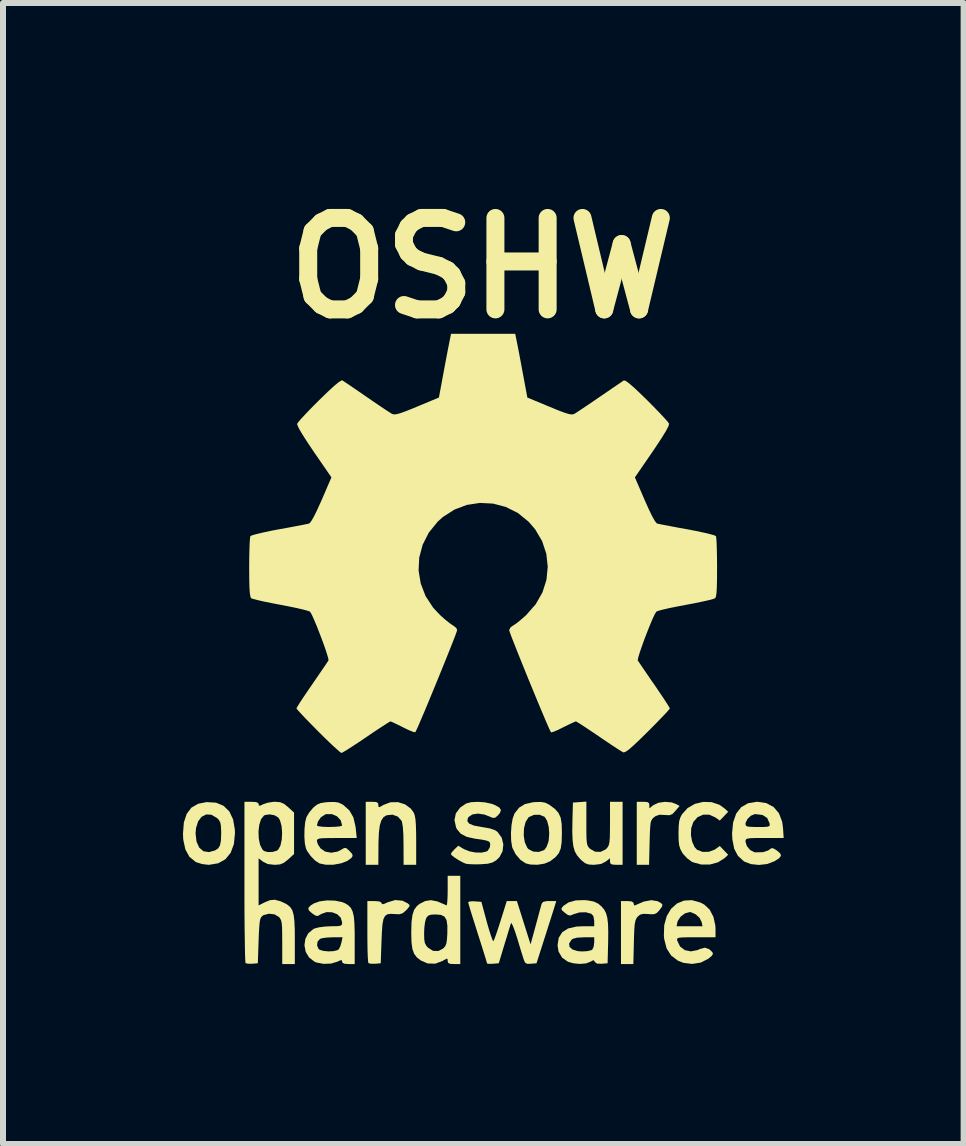
<source format=kicad_pcb>
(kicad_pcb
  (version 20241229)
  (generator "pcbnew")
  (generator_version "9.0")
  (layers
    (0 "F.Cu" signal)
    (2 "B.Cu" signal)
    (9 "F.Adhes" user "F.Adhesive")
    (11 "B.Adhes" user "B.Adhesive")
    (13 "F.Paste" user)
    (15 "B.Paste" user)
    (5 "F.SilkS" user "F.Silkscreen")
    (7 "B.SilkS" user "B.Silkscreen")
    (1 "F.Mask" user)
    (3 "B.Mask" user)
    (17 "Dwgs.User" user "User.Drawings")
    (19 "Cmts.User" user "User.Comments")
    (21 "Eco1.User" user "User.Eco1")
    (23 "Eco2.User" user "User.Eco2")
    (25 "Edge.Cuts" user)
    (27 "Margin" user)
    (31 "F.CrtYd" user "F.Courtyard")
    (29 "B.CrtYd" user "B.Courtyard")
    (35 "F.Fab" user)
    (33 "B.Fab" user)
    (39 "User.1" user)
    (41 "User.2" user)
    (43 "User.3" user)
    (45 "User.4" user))
  (footprint "OSHW"
    (layer "F.Cu")
    (at 4.991 7.768)
    (property "Reference" "OSHW" (at 0 -6.35 0) (layer "F.SilkS") (effects (font (size 1.524 1.524) (thickness 0.3))))
    (attr board_only exclude_from_pos_files exclude_from_bom)
    (fp_poly (pts (xy 2.748 2.552) (xy 2.778 2.57) (xy 2.784 2.602) (xy 2.784 2.657) (xy 2.853 2.602) (xy 2.937 2.564) (xy 3.045 2.549) (xy 3.154 2.558) (xy 3.226 2.584) (xy 3.288 2.618) (xy 3.218 2.7) (xy 3.168 2.753) (xy 3.12 2.772) (xy 3.05 2.769) (xy 3.038 2.768) (xy 2.953 2.764) (xy 2.89 2.786) (xy 2.863 2.805) (xy 2.837 2.829) (xy 2.819 2.856) (xy 2.806 2.895) (xy 2.799 2.958) (xy 2.793 3.051) (xy 2.789 3.186) (xy 2.788 3.228) (xy 2.779 3.599) (xy 2.574 3.599) (xy 2.574 2.548) (xy 2.679 2.548)) (stroke (width 0) (type solid)) (fill yes) (layer "F.SilkS"))
    (fp_poly (pts (xy 2.923 4.206) (xy 2.98 4.238) (xy 3.002 4.263) (xy 2.995 4.295) (xy 2.956 4.349) (xy 2.956 4.35) (xy 2.911 4.399) (xy 2.868 4.421) (xy 2.804 4.423) (xy 2.766 4.419) (xy 2.682 4.416) (xy 2.629 4.43) (xy 2.587 4.465) (xy 2.566 4.495) (xy 2.551 4.533) (xy 2.54 4.591) (xy 2.533 4.678) (xy 2.528 4.802) (xy 2.526 4.888) (xy 2.517 5.253) (xy 2.311 5.253) (xy 2.311 4.203) (xy 2.417 4.203) (xy 2.488 4.209) (xy 2.519 4.229) (xy 2.522 4.244) (xy 2.531 4.275) (xy 2.541 4.276) (xy 2.693 4.211) (xy 2.819 4.188)) (stroke (width 0) (type solid)) (fill yes) (layer "F.SilkS"))
    (fp_poly (pts (xy -1.332 4.197) (xy -1.246 4.24) (xy -1.216 4.266) (xy -1.215 4.291) (xy -1.247 4.331) (xy -1.269 4.355) (xy -1.326 4.405) (xy -1.381 4.423) (xy -1.453 4.42) (xy -1.529 4.416) (xy -1.585 4.424) (xy -1.624 4.453) (xy -1.65 4.508) (xy -1.666 4.597) (xy -1.675 4.726) (xy -1.681 4.864) (xy -1.694 5.24) (xy -1.787 5.248) (xy -1.854 5.248) (xy -1.896 5.239) (xy -1.899 5.237) (xy -1.905 5.206) (xy -1.91 5.131) (xy -1.914 5.02) (xy -1.916 4.882) (xy -1.917 4.725) (xy -1.917 4.711) (xy -1.917 4.203) (xy -1.799 4.203) (xy -1.719 4.209) (xy -1.684 4.228) (xy -1.681 4.239) (xy -1.67 4.256) (xy -1.632 4.248) (xy -1.576 4.223) (xy -1.452 4.186)) (stroke (width 0) (type solid)) (fill yes) (layer "F.SilkS"))
    (fp_poly (pts (xy -1.77 2.552) (xy -1.739 2.57) (xy -1.734 2.6) (xy -1.731 2.633) (xy -1.716 2.638) (xy -1.673 2.615) (xy -1.648 2.6) (xy -1.531 2.556) (xy -1.406 2.554) (xy -1.288 2.591) (xy -1.191 2.663) (xy -1.144 2.729) (xy -1.127 2.775) (xy -1.115 2.842) (xy -1.108 2.938) (xy -1.104 3.072) (xy -1.103 3.203) (xy -1.103 3.599) (xy -1.313 3.599) (xy -1.314 3.264) (xy -1.317 3.092) (xy -1.326 2.964) (xy -1.34 2.882) (xy -1.347 2.864) (xy -1.408 2.796) (xy -1.496 2.763) (xy -1.592 2.772) (xy -1.596 2.773) (xy -1.647 2.804) (xy -1.684 2.859) (xy -1.71 2.944) (xy -1.725 3.067) (xy -1.732 3.234) (xy -1.732 3.29) (xy -1.734 3.599) (xy -1.944 3.599) (xy -1.944 2.548) (xy -1.839 2.548)) (stroke (width 0) (type solid)) (fill yes) (layer "F.SilkS"))
    (fp_poly (pts (xy 3.82 2.554) (xy 3.952 2.598) (xy 4.039 2.66) (xy 4.098 2.715) (xy 4.028 2.788) (xy 3.958 2.861) (xy 3.886 2.81) (xy 3.782 2.763) (xy 3.679 2.763) (xy 3.587 2.805) (xy 3.517 2.885) (xy 3.482 2.987) (xy 3.477 3.101) (xy 3.497 3.212) (xy 3.538 3.303) (xy 3.579 3.348) (xy 3.67 3.383) (xy 3.775 3.382) (xy 3.874 3.345) (xy 3.886 3.337) (xy 3.958 3.285) (xy 4.028 3.358) (xy 4.098 3.431) (xy 4.039 3.487) (xy 3.928 3.557) (xy 3.793 3.594) (xy 3.649 3.594) (xy 3.513 3.557) (xy 3.489 3.546) (xy 3.413 3.489) (xy 3.343 3.413) (xy 3.332 3.396) (xy 3.3 3.336) (xy 3.281 3.273) (xy 3.272 3.19) (xy 3.27 3.073) (xy 3.273 2.953) (xy 3.282 2.869) (xy 3.302 2.806) (xy 3.328 2.757) (xy 3.421 2.653) (xy 3.543 2.583) (xy 3.68 2.55)) (stroke (width 0) (type solid)) (fill yes) (layer "F.SilkS"))
    (fp_poly (pts (xy 1.734 2.91) (xy 1.734 3.055) (xy 1.736 3.158) (xy 1.742 3.227) (xy 1.752 3.272) (xy 1.768 3.303) (xy 1.791 3.328) (xy 1.794 3.331) (xy 1.879 3.38) (xy 1.971 3.383) (xy 2.055 3.342) (xy 2.07 3.328) (xy 2.094 3.299) (xy 2.109 3.266) (xy 2.119 3.217) (xy 2.125 3.144) (xy 2.127 3.037) (xy 2.128 2.907) (xy 2.128 2.548) (xy 2.338 2.548) (xy 2.338 3.599) (xy 2.233 3.599) (xy 2.164 3.594) (xy 2.134 3.577) (xy 2.128 3.544) (xy 2.128 3.49) (xy 2.058 3.544) (xy 1.978 3.585) (xy 1.868 3.598) (xy 1.858 3.599) (xy 1.775 3.594) (xy 1.715 3.573) (xy 1.655 3.526) (xy 1.628 3.499) (xy 1.578 3.44) (xy 1.541 3.374) (xy 1.517 3.291) (xy 1.504 3.184) (xy 1.499 3.042) (xy 1.502 2.858) (xy 1.502 2.837) (xy 1.51 2.561) (xy 1.622 2.553) (xy 1.734 2.545)) (stroke (width 0) (type solid)) (fill yes) (layer "F.SilkS"))
    (fp_poly (pts (xy -4.44 2.563) (xy -4.314 2.615) (xy -4.218 2.709) (xy -4.155 2.842) (xy -4.126 3.013) (xy -4.124 3.073) (xy -4.142 3.254) (xy -4.196 3.399) (xy -4.283 3.506) (xy -4.402 3.573) (xy -4.551 3.598) (xy -4.563 3.599) (xy -4.672 3.586) (xy -4.77 3.555) (xy -4.78 3.55) (xy -4.883 3.466) (xy -4.951 3.342) (xy -4.986 3.179) (xy -4.991 3.077) (xy -4.99 3.073) (xy -4.781 3.073) (xy -4.765 3.212) (xy -4.72 3.312) (xy -4.65 3.372) (xy -4.557 3.387) (xy -4.454 3.358) (xy -4.405 3.326) (xy -4.374 3.276) (xy -4.358 3.197) (xy -4.354 3.08) (xy -4.354 3.047) (xy -4.358 2.95) (xy -4.37 2.889) (xy -4.395 2.847) (xy -4.426 2.817) (xy -4.517 2.764) (xy -4.603 2.759) (xy -4.68 2.798) (xy -4.738 2.874) (xy -4.773 2.985) (xy -4.781 3.073) (xy -4.99 3.073) (xy -4.976 2.893) (xy -4.929 2.75) (xy -4.851 2.646) (xy -4.738 2.581) (xy -4.596 2.553)) (stroke (width 0) (type solid)) (fill yes) (layer "F.SilkS"))
    (fp_poly (pts (xy 3.634 4.227) (xy 3.7 4.262) (xy 3.789 4.345) (xy 3.852 4.466) (xy 3.884 4.611) (xy 3.887 4.669) (xy 3.887 4.807) (xy 3.562 4.807) (xy 3.426 4.807) (xy 3.335 4.809) (xy 3.28 4.814) (xy 3.253 4.824) (xy 3.246 4.84) (xy 3.249 4.864) (xy 3.25 4.866) (xy 3.296 4.961) (xy 3.375 5.021) (xy 3.475 5.042) (xy 3.588 5.02) (xy 3.626 5.003) (xy 3.71 4.98) (xy 3.783 5.006) (xy 3.832 5.053) (xy 3.845 5.082) (xy 3.825 5.116) (xy 3.768 5.164) (xy 3.768 5.164) (xy 3.643 5.228) (xy 3.499 5.251) (xy 3.352 5.233) (xy 3.259 5.196) (xy 3.147 5.111) (xy 3.071 4.991) (xy 3.031 4.833) (xy 3.026 4.782) (xy 3.031 4.623) (xy 3.238 4.623) (xy 3.67 4.623) (xy 3.657 4.557) (xy 3.621 4.483) (xy 3.553 4.422) (xy 3.475 4.388) (xy 3.454 4.387) (xy 3.376 4.409) (xy 3.304 4.464) (xy 3.257 4.536) (xy 3.251 4.557) (xy 3.238 4.623) (xy 3.031 4.623) (xy 3.032 4.604) (xy 3.074 4.453) (xy 3.146 4.332) (xy 3.244 4.244) (xy 3.361 4.195) (xy 3.493 4.188)) (stroke (width 0) (type solid)) (fill yes) (layer "F.SilkS"))
    (fp_poly (pts (xy 1.048 2.563) (xy 1.109 2.593) (xy 1.127 2.605) (xy 1.213 2.67) (xy 1.27 2.735) (xy 1.305 2.812) (xy 1.322 2.915) (xy 1.326 3.056) (xy 1.326 3.073) (xy 1.322 3.219) (xy 1.307 3.325) (xy 1.275 3.405) (xy 1.22 3.47) (xy 1.138 3.534) (xy 1.13 3.539) (xy 1.037 3.579) (xy 0.919 3.598) (xy 0.8 3.594) (xy 0.722 3.574) (xy 0.634 3.515) (xy 0.555 3.423) (xy 0.502 3.318) (xy 0.496 3.3) (xy 0.48 3.195) (xy 0.478 3.112) (xy 0.69 3.112) (xy 0.708 3.225) (xy 0.749 3.314) (xy 0.769 3.337) (xy 0.847 3.378) (xy 0.941 3.384) (xy 1.026 3.355) (xy 1.034 3.35) (xy 1.069 3.302) (xy 1.098 3.226) (xy 1.106 3.193) (xy 1.115 3.079) (xy 1.106 2.965) (xy 1.08 2.867) (xy 1.041 2.803) (xy 1.034 2.797) (xy 0.952 2.764) (xy 0.858 2.766) (xy 0.777 2.803) (xy 0.769 2.809) (xy 0.72 2.886) (xy 0.694 2.993) (xy 0.69 3.112) (xy 0.478 3.112) (xy 0.477 3.068) (xy 0.486 2.939) (xy 0.506 2.825) (xy 0.536 2.744) (xy 0.536 2.743) (xy 0.614 2.645) (xy 0.713 2.585) (xy 0.844 2.556) (xy 0.879 2.553) (xy 0.979 2.551)) (stroke (width 0) (type solid)) (fill yes) (layer "F.SilkS"))
    (fp_poly (pts (xy -0.368 5.253) (xy -0.473 5.253) (xy -0.542 5.249) (xy -0.572 5.231) (xy -0.578 5.201) (xy -0.58 5.169) (xy -0.596 5.164) (xy -0.638 5.186) (xy -0.663 5.201) (xy -0.785 5.247) (xy -0.912 5.243) (xy -1.027 5.193) (xy -1.093 5.141) (xy -1.138 5.081) (xy -1.166 5.002) (xy -1.181 4.895) (xy -1.185 4.747) (xy -1.185 4.736) (xy -0.971 4.736) (xy -0.969 4.836) (xy -0.959 4.901) (xy -0.935 4.947) (xy -0.907 4.979) (xy -0.823 5.033) (xy -0.734 5.036) (xy -0.654 4.994) (xy -0.621 4.96) (xy -0.601 4.914) (xy -0.59 4.843) (xy -0.584 4.751) (xy -0.583 4.613) (xy -0.597 4.52) (xy -0.631 4.463) (xy -0.689 4.434) (xy -0.775 4.426) (xy -0.856 4.43) (xy -0.903 4.446) (xy -0.932 4.481) (xy -0.938 4.492) (xy -0.955 4.552) (xy -0.967 4.643) (xy -0.971 4.736) (xy -1.185 4.736) (xy -1.185 4.715) (xy -1.181 4.554) (xy -1.165 4.435) (xy -1.137 4.349) (xy -1.092 4.287) (xy -1.045 4.249) (xy -0.951 4.202) (xy -0.857 4.188) (xy -0.75 4.209) (xy -0.619 4.265) (xy -0.598 4.276) (xy -0.589 4.256) (xy -0.583 4.194) (xy -0.579 4.102) (xy -0.578 4.034) (xy -0.578 3.782) (xy -0.368 3.782)) (stroke (width 0) (type solid)) (fill yes) (layer "F.SilkS"))
    (fp_poly (pts (xy 4.734 2.57) (xy 4.855 2.635) (xy 4.944 2.739) (xy 4.998 2.88) (xy 5.012 2.982) (xy 5.023 3.152) (xy 4.705 3.152) (xy 4.571 3.152) (xy 4.482 3.154) (xy 4.427 3.16) (xy 4.399 3.171) (xy 4.388 3.188) (xy 4.387 3.213) (xy 4.409 3.286) (xy 4.463 3.351) (xy 4.532 3.388) (xy 4.552 3.391) (xy 4.677 3.388) (xy 4.762 3.361) (xy 4.786 3.344) (xy 4.82 3.321) (xy 4.855 3.326) (xy 4.912 3.362) (xy 4.912 3.362) (xy 4.967 3.41) (xy 4.978 3.45) (xy 4.944 3.492) (xy 4.87 3.539) (xy 4.749 3.585) (xy 4.612 3.601) (xy 4.477 3.587) (xy 4.365 3.544) (xy 4.358 3.539) (xy 4.261 3.45) (xy 4.198 3.33) (xy 4.168 3.175) (xy 4.163 3.073) (xy 4.178 2.916) (xy 4.387 2.916) (xy 4.391 2.942) (xy 4.411 2.958) (xy 4.459 2.965) (xy 4.543 2.968) (xy 4.593 2.968) (xy 4.696 2.968) (xy 4.757 2.963) (xy 4.785 2.952) (xy 4.791 2.931) (xy 4.787 2.904) (xy 4.748 2.818) (xy 4.671 2.768) (xy 4.556 2.754) (xy 4.538 2.755) (xy 4.475 2.781) (xy 4.419 2.836) (xy 4.388 2.901) (xy 4.387 2.916) (xy 4.178 2.916) (xy 4.181 2.89) (xy 4.232 2.744) (xy 4.316 2.637) (xy 4.431 2.572) (xy 4.576 2.548) (xy 4.584 2.548)) (stroke (width 0) (type solid)) (fill yes) (layer "F.SilkS"))
    (fp_poly (pts (xy 0.045 2.558) (xy 0.158 2.583) (xy 0.204 2.6) (xy 0.281 2.642) (xy 0.31 2.684) (xy 0.294 2.733) (xy 0.259 2.775) (xy 0.211 2.815) (xy 0.169 2.815) (xy 0.15 2.807) (xy 0.036 2.761) (xy -0.074 2.745) (xy -0.166 2.759) (xy -0.23 2.802) (xy -0.24 2.817) (xy -0.251 2.87) (xy -0.22 2.912) (xy -0.143 2.944) (xy -0.017 2.968) (xy 0.001 2.97) (xy 0.126 2.992) (xy 0.21 3.021) (xy 0.254 3.051) (xy 0.323 3.148) (xy 0.35 3.259) (xy 0.337 3.373) (xy 0.284 3.473) (xy 0.229 3.525) (xy 0.166 3.561) (xy 0.089 3.581) (xy -0.019 3.589) (xy -0.039 3.59) (xy -0.14 3.591) (xy -0.224 3.587) (xy -0.274 3.581) (xy -0.33 3.557) (xy -0.399 3.519) (xy -0.465 3.476) (xy -0.512 3.438) (xy -0.525 3.419) (xy -0.508 3.388) (xy -0.466 3.342) (xy -0.463 3.339) (xy -0.401 3.281) (xy -0.305 3.338) (xy -0.215 3.374) (xy -0.111 3.394) (xy -0.01 3.395) (xy 0.069 3.377) (xy 0.09 3.364) (xy 0.123 3.311) (xy 0.131 3.268) (xy 0.128 3.234) (xy 0.111 3.211) (xy 0.071 3.195) (xy -0.002 3.18) (xy -0.117 3.164) (xy -0.118 3.164) (xy -0.26 3.133) (xy -0.36 3.081) (xy -0.425 3.003) (xy -0.438 2.975) (xy -0.465 2.853) (xy -0.442 2.741) (xy -0.37 2.645) (xy -0.271 2.577) (xy -0.189 2.555) (xy -0.077 2.549)) (stroke (width 0) (type solid)) (fill yes) (layer "F.SilkS"))
    (fp_poly (pts (xy 1.755 4.192) (xy 1.858 4.211) (xy 1.931 4.246) (xy 1.987 4.293) (xy 2.031 4.345) (xy 2.062 4.405) (xy 2.083 4.482) (xy 2.095 4.584) (xy 2.099 4.721) (xy 2.097 4.9) (xy 2.096 4.925) (xy 2.088 5.24) (xy 1.99 5.248) (xy 1.914 5.246) (xy 1.878 5.222) (xy 1.875 5.216) (xy 1.858 5.19) (xy 1.829 5.198) (xy 1.804 5.214) (xy 1.73 5.242) (xy 1.628 5.251) (xy 1.519 5.241) (xy 1.427 5.215) (xy 1.329 5.146) (xy 1.27 5.045) (xy 1.254 4.942) (xy 1.258 4.912) (xy 1.446 4.912) (xy 1.454 4.968) (xy 1.505 5.012) (xy 1.593 5.038) (xy 1.665 5.043) (xy 1.749 5.038) (xy 1.813 5.023) (xy 1.833 5.012) (xy 1.855 4.965) (xy 1.865 4.895) (xy 1.865 4.894) (xy 1.865 4.807) (xy 1.696 4.807) (xy 1.581 4.813) (xy 1.51 4.832) (xy 1.486 4.848) (xy 1.446 4.912) (xy 1.258 4.912) (xy 1.273 4.816) (xy 1.331 4.723) (xy 1.429 4.66) (xy 1.569 4.628) (xy 1.675 4.623) (xy 1.865 4.623) (xy 1.865 4.532) (xy 1.851 4.453) (xy 1.814 4.414) (xy 1.726 4.39) (xy 1.621 4.392) (xy 1.525 4.421) (xy 1.52 4.423) (xy 1.469 4.444) (xy 1.427 4.436) (xy 1.376 4.399) (xy 1.328 4.358) (xy 1.317 4.33) (xy 1.339 4.297) (xy 1.35 4.284) (xy 1.436 4.226) (xy 1.557 4.192) (xy 1.703 4.187)) (stroke (width 0) (type solid)) (fill yes) (layer "F.SilkS"))
    (fp_poly (pts (xy 1.194 4.327) (xy 1.172 4.397) (xy 1.138 4.504) (xy 1.096 4.636) (xy 1.05 4.781) (xy 1.029 4.846) (xy 0.903 5.24) (xy 0.808 5.248) (xy 0.744 5.249) (xy 0.71 5.226) (xy 0.687 5.169) (xy 0.668 5.108) (xy 0.638 5.012) (xy 0.603 4.895) (xy 0.576 4.807) (xy 0.541 4.7) (xy 0.511 4.62) (xy 0.488 4.575) (xy 0.478 4.57) (xy 0.465 4.61) (xy 0.441 4.688) (xy 0.409 4.795) (xy 0.371 4.918) (xy 0.369 4.925) (xy 0.274 5.24) (xy 0.177 5.248) (xy 0.114 5.25) (xy 0.08 5.245) (xy 0.079 5.243) (xy 0.071 5.215) (xy 0.05 5.145) (xy 0.017 5.04) (xy -0.024 4.909) (xy -0.072 4.759) (xy -0.079 4.737) (xy -0.127 4.584) (xy -0.17 4.449) (xy -0.204 4.338) (xy -0.227 4.26) (xy -0.236 4.223) (xy -0.236 4.222) (xy -0.213 4.21) (xy -0.155 4.206) (xy -0.126 4.208) (xy -0.016 4.216) (xy 0.074 4.55) (xy 0.109 4.672) (xy 0.141 4.773) (xy 0.166 4.843) (xy 0.181 4.873) (xy 0.183 4.873) (xy 0.197 4.845) (xy 0.223 4.777) (xy 0.257 4.677) (xy 0.296 4.557) (xy 0.304 4.532) (xy 0.407 4.203) (xy 0.492 4.203) (xy 0.576 4.203) (xy 0.804 4.925) (xy 0.89 4.61) (xy 0.924 4.485) (xy 0.953 4.375) (xy 0.976 4.293) (xy 0.988 4.249) (xy 0.988 4.249) (xy 1.012 4.218) (xy 1.068 4.204) (xy 1.117 4.203) (xy 1.232 4.203)) (stroke (width 0) (type solid)) (fill yes) (layer "F.SilkS"))
    (fp_poly (pts (xy -2.456 4.196) (xy -2.339 4.22) (xy -2.291 4.239) (xy -2.234 4.274) (xy -2.192 4.317) (xy -2.163 4.376) (xy -2.143 4.458) (xy -2.133 4.572) (xy -2.128 4.726) (xy -2.128 4.845) (xy -2.128 5.253) (xy -2.233 5.253) (xy -2.305 5.247) (xy -2.336 5.226) (xy -2.338 5.213) (xy -2.343 5.189) (xy -2.368 5.191) (xy -2.415 5.213) (xy -2.522 5.245) (xy -2.647 5.25) (xy -2.765 5.227) (xy -2.799 5.213) (xy -2.889 5.143) (xy -2.945 5.049) (xy -2.965 4.944) (xy -2.755 4.944) (xy -2.73 5.001) (xy -2.712 5.015) (xy -2.65 5.034) (xy -2.567 5.042) (xy -2.482 5.038) (xy -2.416 5.022) (xy -2.394 5.008) (xy -2.368 4.958) (xy -2.348 4.89) (xy -2.331 4.807) (xy -2.494 4.807) (xy -2.589 4.811) (xy -2.669 4.822) (xy -2.707 4.834) (xy -2.748 4.881) (xy -2.755 4.944) (xy -2.965 4.944) (xy -2.966 4.942) (xy -2.951 4.835) (xy -2.903 4.741) (xy -2.819 4.671) (xy -2.797 4.66) (xy -2.724 4.641) (xy -2.621 4.628) (xy -2.522 4.623) (xy -2.426 4.622) (xy -2.371 4.616) (xy -2.345 4.602) (xy -2.338 4.575) (xy -2.338 4.557) (xy -2.361 4.48) (xy -2.42 4.422) (xy -2.504 4.39) (xy -2.597 4.387) (xy -2.687 4.419) (xy -2.699 4.427) (xy -2.741 4.451) (xy -2.779 4.447) (xy -2.832 4.412) (xy -2.837 4.409) (xy -2.891 4.36) (xy -2.902 4.32) (xy -2.866 4.279) (xy -2.808 4.242) (xy -2.712 4.208) (xy -2.588 4.192)) (stroke (width 0) (type solid)) (fill yes) (layer "F.SilkS"))
    (fp_poly (pts (xy -2.398 2.561) (xy -2.338 2.589) (xy -2.313 2.605) (xy -2.215 2.694) (xy -2.15 2.808) (xy -2.115 2.958) (xy -2.111 2.99) (xy -2.094 3.152) (xy -2.426 3.152) (xy -2.563 3.153) (xy -2.656 3.155) (xy -2.714 3.16) (xy -2.744 3.171) (xy -2.756 3.186) (xy -2.758 3.203) (xy -2.742 3.257) (xy -2.701 3.32) (xy -2.697 3.325) (xy -2.619 3.379) (xy -2.518 3.397) (xy -2.412 3.378) (xy -2.354 3.348) (xy -2.304 3.319) (xy -2.27 3.32) (xy -2.229 3.354) (xy -2.213 3.37) (xy -2.17 3.418) (xy -2.163 3.451) (xy -2.182 3.483) (xy -2.254 3.536) (xy -2.36 3.575) (xy -2.483 3.597) (xy -2.606 3.598) (xy -2.711 3.577) (xy -2.719 3.573) (xy -2.79 3.526) (xy -2.864 3.45) (xy -2.923 3.365) (xy -2.94 3.328) (xy -2.959 3.243) (xy -2.967 3.129) (xy -2.965 3.004) (xy -2.959 2.943) (xy -2.758 2.943) (xy -2.734 2.955) (xy -2.67 2.964) (xy -2.577 2.968) (xy -2.548 2.968) (xy -2.45 2.965) (xy -2.377 2.958) (xy -2.34 2.947) (xy -2.338 2.943) (xy -2.361 2.857) (xy -2.422 2.791) (xy -2.507 2.754) (xy -2.602 2.754) (xy -2.623 2.761) (xy -2.691 2.806) (xy -2.741 2.878) (xy -2.758 2.943) (xy -2.959 2.943) (xy -2.954 2.889) (xy -2.933 2.806) (xy -2.932 2.803) (xy -2.888 2.729) (xy -2.826 2.654) (xy -2.813 2.641) (xy -2.756 2.595) (xy -2.694 2.569) (xy -2.608 2.556) (xy -2.567 2.553) (xy -2.467 2.551)) (stroke (width 0) (type solid)) (fill yes) (layer "F.SilkS"))
    (fp_poly (pts (xy -3.771 2.553) (xy -3.735 2.57) (xy -3.73 2.588) (xy -3.725 2.612) (xy -3.7 2.611) (xy -3.652 2.588) (xy -3.576 2.563) (xy -3.482 2.549) (xy -3.455 2.548) (xy -3.371 2.555) (xy -3.305 2.583) (xy -3.237 2.638) (xy -3.139 2.728) (xy -3.139 3.419) (xy -3.237 3.509) (xy -3.308 3.565) (xy -3.373 3.592) (xy -3.459 3.599) (xy -3.463 3.599) (xy -3.578 3.586) (xy -3.661 3.544) (xy -3.73 3.49) (xy -3.73 4.276) (xy -3.632 4.226) (xy -3.54 4.188) (xy -3.46 4.181) (xy -3.37 4.205) (xy -3.318 4.227) (xy -3.252 4.262) (xy -3.203 4.303) (xy -3.168 4.357) (xy -3.146 4.433) (xy -3.133 4.539) (xy -3.127 4.682) (xy -3.126 4.845) (xy -3.126 5.253) (xy -3.336 5.253) (xy -3.336 4.891) (xy -3.337 4.744) (xy -3.339 4.64) (xy -3.345 4.569) (xy -3.356 4.523) (xy -3.373 4.491) (xy -3.389 4.47) (xy -3.464 4.425) (xy -3.557 4.414) (xy -3.646 4.437) (xy -3.666 4.45) (xy -3.686 4.47) (xy -3.701 4.501) (xy -3.712 4.553) (xy -3.719 4.633) (xy -3.726 4.751) (xy -3.73 4.864) (xy -3.743 5.24) (xy -3.836 5.248) (xy -3.903 5.248) (xy -3.945 5.239) (xy -3.948 5.237) (xy -3.951 5.208) (xy -3.955 5.131) (xy -3.958 5.012) (xy -3.96 4.855) (xy -3.963 4.666) (xy -3.965 4.45) (xy -3.966 4.211) (xy -3.966 3.955) (xy -3.966 3.883) (xy -3.966 3.046) (xy -3.732 3.046) (xy -3.727 3.162) (xy -3.705 3.268) (xy -3.665 3.345) (xy -3.641 3.368) (xy -3.579 3.386) (xy -3.498 3.384) (xy -3.427 3.364) (xy -3.404 3.348) (xy -3.366 3.279) (xy -3.344 3.178) (xy -3.338 3.061) (xy -3.348 2.947) (xy -3.375 2.853) (xy -3.402 2.81) (xy -3.464 2.773) (xy -3.547 2.758) (xy -3.623 2.769) (xy -3.641 2.778) (xy -3.689 2.838) (xy -3.719 2.933) (xy -3.732 3.046) (xy -3.966 3.046) (xy -3.966 2.548) (xy -3.848 2.548)) (stroke (width 0) (type solid)) (fill yes) (layer "F.SilkS"))
    (fp_poly (pts (xy 0.576 -5.115) (xy 0.591 -5.04) (xy 0.613 -4.926) (xy 0.639 -4.787) (xy 0.667 -4.637) (xy 0.677 -4.584) (xy 0.75 -4.191) (xy 1.113 -4.04) (xy 1.259 -3.98) (xy 1.364 -3.94) (xy 1.438 -3.917) (xy 1.487 -3.909) (xy 1.521 -3.913) (xy 1.532 -3.918) (xy 1.571 -3.942) (xy 1.645 -3.991) (xy 1.745 -4.058) (xy 1.863 -4.138) (xy 1.955 -4.201) (xy 2.08 -4.286) (xy 2.19 -4.362) (xy 2.279 -4.422) (xy 2.339 -4.463) (xy 2.359 -4.476) (xy 2.389 -4.469) (xy 2.447 -4.427) (xy 2.537 -4.349) (xy 2.658 -4.234) (xy 2.746 -4.148) (xy 2.858 -4.035) (xy 2.957 -3.933) (xy 3.036 -3.848) (xy 3.091 -3.786) (xy 3.113 -3.754) (xy 3.113 -3.754) (xy 3.103 -3.715) (xy 3.063 -3.637) (xy 2.993 -3.523) (xy 2.896 -3.375) (xy 2.835 -3.285) (xy 2.543 -2.86) (xy 2.706 -2.482) (xy 2.772 -2.334) (xy 2.829 -2.216) (xy 2.875 -2.134) (xy 2.907 -2.094) (xy 2.912 -2.091) (xy 2.951 -2.082) (xy 3.032 -2.066) (xy 3.147 -2.044) (xy 3.285 -2.018) (xy 3.415 -1.995) (xy 3.564 -1.966) (xy 3.696 -1.938) (xy 3.8 -1.913) (xy 3.869 -1.893) (xy 3.894 -1.881) (xy 3.9 -1.847) (xy 3.905 -1.768) (xy 3.909 -1.655) (xy 3.912 -1.516) (xy 3.913 -1.363) (xy 3.912 -1.176) (xy 3.909 -1.037) (xy 3.904 -0.939) (xy 3.895 -0.878) (xy 3.883 -0.848) (xy 3.88 -0.845) (xy 3.844 -0.832) (xy 3.766 -0.811) (xy 3.654 -0.786) (xy 3.517 -0.758) (xy 3.388 -0.734) (xy 3.237 -0.705) (xy 3.104 -0.678) (xy 2.998 -0.653) (xy 2.926 -0.633) (xy 2.9 -0.621) (xy 2.876 -0.582) (xy 2.84 -0.507) (xy 2.797 -0.405) (xy 2.75 -0.287) (xy 2.702 -0.163) (xy 2.659 -0.043) (xy 2.623 0.062) (xy 2.599 0.142) (xy 2.59 0.187) (xy 2.591 0.192) (xy 2.612 0.223) (xy 2.657 0.29) (xy 2.721 0.384) (xy 2.799 0.498) (xy 2.868 0.597) (xy 2.952 0.721) (xy 3.025 0.829) (xy 3.081 0.916) (xy 3.116 0.973) (xy 3.126 0.992) (xy 3.108 1.016) (xy 3.058 1.071) (xy 2.983 1.15) (xy 2.887 1.249) (xy 2.776 1.361) (xy 2.76 1.377) (xy 2.625 1.51) (xy 2.521 1.608) (xy 2.445 1.675) (xy 2.392 1.712) (xy 2.359 1.725) (xy 2.35 1.724) (xy 2.314 1.704) (xy 2.243 1.659) (xy 2.145 1.595) (xy 2.03 1.517) (xy 1.942 1.457) (xy 1.82 1.375) (xy 1.714 1.304) (xy 1.63 1.249) (xy 1.575 1.216) (xy 1.559 1.208) (xy 1.528 1.22) (xy 1.463 1.25) (xy 1.377 1.292) (xy 1.349 1.306) (xy 1.26 1.35) (xy 1.189 1.38) (xy 1.149 1.391) (xy 1.144 1.389) (xy 1.129 1.36) (xy 1.096 1.288) (xy 1.05 1.182) (xy 0.993 1.047) (xy 0.928 0.892) (xy 0.858 0.722) (xy 0.785 0.545) (xy 0.713 0.368) (xy 0.644 0.197) (xy 0.581 0.04) (xy 0.527 -0.097) (xy 0.484 -0.206) (xy 0.457 -0.281) (xy 0.447 -0.314) (xy 0.447 -0.314) (xy 0.468 -0.358) (xy 0.508 -0.387) (xy 0.556 -0.418) (xy 0.628 -0.474) (xy 0.71 -0.546) (xy 0.731 -0.565) (xy 0.889 -0.744) (xy 1.002 -0.942) (xy 1.069 -1.153) (xy 1.09 -1.371) (xy 1.066 -1.588) (xy 0.996 -1.798) (xy 0.88 -1.995) (xy 0.77 -2.122) (xy 0.591 -2.267) (xy 0.391 -2.367) (xy 0.178 -2.423) (xy -0.041 -2.434) (xy -0.258 -2.401) (xy -0.465 -2.323) (xy -0.656 -2.201) (xy -0.744 -2.122) (xy -0.893 -1.939) (xy -0.995 -1.737) (xy -1.052 -1.524) (xy -1.063 -1.306) (xy -1.027 -1.09) (xy -0.947 -0.882) (xy -0.821 -0.689) (xy -0.705 -0.565) (xy -0.622 -0.491) (xy -0.546 -0.43) (xy -0.491 -0.392) (xy -0.482 -0.387) (xy -0.435 -0.35) (xy -0.42 -0.314) (xy -0.43 -0.282) (xy -0.457 -0.208) (xy -0.499 -0.1) (xy -0.553 0.036) (xy -0.616 0.193) (xy -0.685 0.363) (xy -0.757 0.54) (xy -0.83 0.717) (xy -0.9 0.887) (xy -0.965 1.043) (xy -1.023 1.178) (xy -1.069 1.286) (xy -1.102 1.358) (xy -1.118 1.389) (xy -1.118 1.389) (xy -1.146 1.385) (xy -1.209 1.361) (xy -1.294 1.321) (xy -1.323 1.306) (xy -1.414 1.261) (xy -1.486 1.227) (xy -1.528 1.209) (xy -1.532 1.208) (xy -1.559 1.222) (xy -1.622 1.262) (xy -1.713 1.321) (xy -1.826 1.396) (xy -1.936 1.471) (xy -2.062 1.556) (xy -2.174 1.629) (xy -2.264 1.687) (xy -2.325 1.723) (xy -2.349 1.734) (xy -2.376 1.716) (xy -2.433 1.666) (xy -2.515 1.591) (xy -2.615 1.495) (xy -2.727 1.384) (xy -2.739 1.372) (xy -2.85 1.259) (xy -2.948 1.159) (xy -3.025 1.077) (xy -3.078 1.019) (xy -3.099 0.992) (xy -3.099 0.991) (xy -3.085 0.964) (xy -3.046 0.901) (xy -2.986 0.81) (xy -2.911 0.699) (xy -2.841 0.597) (xy -2.756 0.473) (xy -2.68 0.362) (xy -2.619 0.273) (xy -2.579 0.213) (xy -2.565 0.192) (xy -2.568 0.159) (xy -2.589 0.088) (xy -2.621 -0.011) (xy -2.663 -0.127) (xy -2.71 -0.251) (xy -2.757 -0.372) (xy -2.802 -0.479) (xy -2.84 -0.564) (xy -2.868 -0.614) (xy -2.873 -0.621) (xy -2.908 -0.635) (xy -2.985 -0.656) (xy -3.096 -0.682) (xy -3.232 -0.71) (xy -3.362 -0.735) (xy -3.513 -0.764) (xy -3.647 -0.791) (xy -3.754 -0.816) (xy -3.827 -0.835) (xy -3.855 -0.846) (xy -3.867 -0.873) (xy -3.876 -0.931) (xy -3.883 -1.027) (xy -3.886 -1.165) (xy -3.887 -1.351) (xy -3.887 -1.363) (xy -3.886 -1.519) (xy -3.883 -1.658) (xy -3.879 -1.77) (xy -3.873 -1.848) (xy -3.867 -1.881) (xy -3.836 -1.895) (xy -3.762 -1.916) (xy -3.654 -1.941) (xy -3.52 -1.97) (xy -3.388 -1.995) (xy -3.237 -2.022) (xy -3.101 -2.048) (xy -2.991 -2.069) (xy -2.916 -2.084) (xy -2.886 -2.091) (xy -2.859 -2.12) (xy -2.816 -2.192) (xy -2.761 -2.301) (xy -2.697 -2.442) (xy -2.679 -2.482) (xy -2.516 -2.86) (xy -2.809 -3.285) (xy -2.919 -3.45) (xy -3.004 -3.582) (xy -3.06 -3.679) (xy -3.086 -3.739) (xy -3.087 -3.754) (xy -3.065 -3.786) (xy -3.011 -3.848) (xy -2.931 -3.933) (xy -2.833 -4.035) (xy -2.721 -4.147) (xy -2.72 -4.148) (xy -2.577 -4.287) (xy -2.468 -4.387) (xy -2.391 -4.45) (xy -2.345 -4.477) (xy -2.333 -4.477) (xy -2.301 -4.455) (xy -2.233 -4.41) (xy -2.138 -4.345) (xy -2.024 -4.267) (xy -1.931 -4.203) (xy -1.805 -4.116) (xy -1.691 -4.039) (xy -1.597 -3.976) (xy -1.531 -3.934) (xy -1.507 -3.919) (xy -1.478 -3.91) (xy -1.437 -3.912) (xy -1.377 -3.927) (xy -1.289 -3.958) (xy -1.166 -4.007) (xy -1.087 -4.04) (xy -0.724 -4.191) (xy -0.651 -4.584) (xy -0.623 -4.735) (xy -0.596 -4.879) (xy -0.572 -5.003) (xy -0.554 -5.094) (xy -0.55 -5.115) (xy -0.522 -5.253) (xy 0.548 -5.253)) (stroke (width 0) (type solid)) (fill yes) (layer "F.SilkS")))
  (gr_rect
    (start -3 -3)
    (end 13.014 16.021)
    (stroke (width 0.1) (type default))
    (fill no)
    (layer "Edge.Cuts")))
</source>
